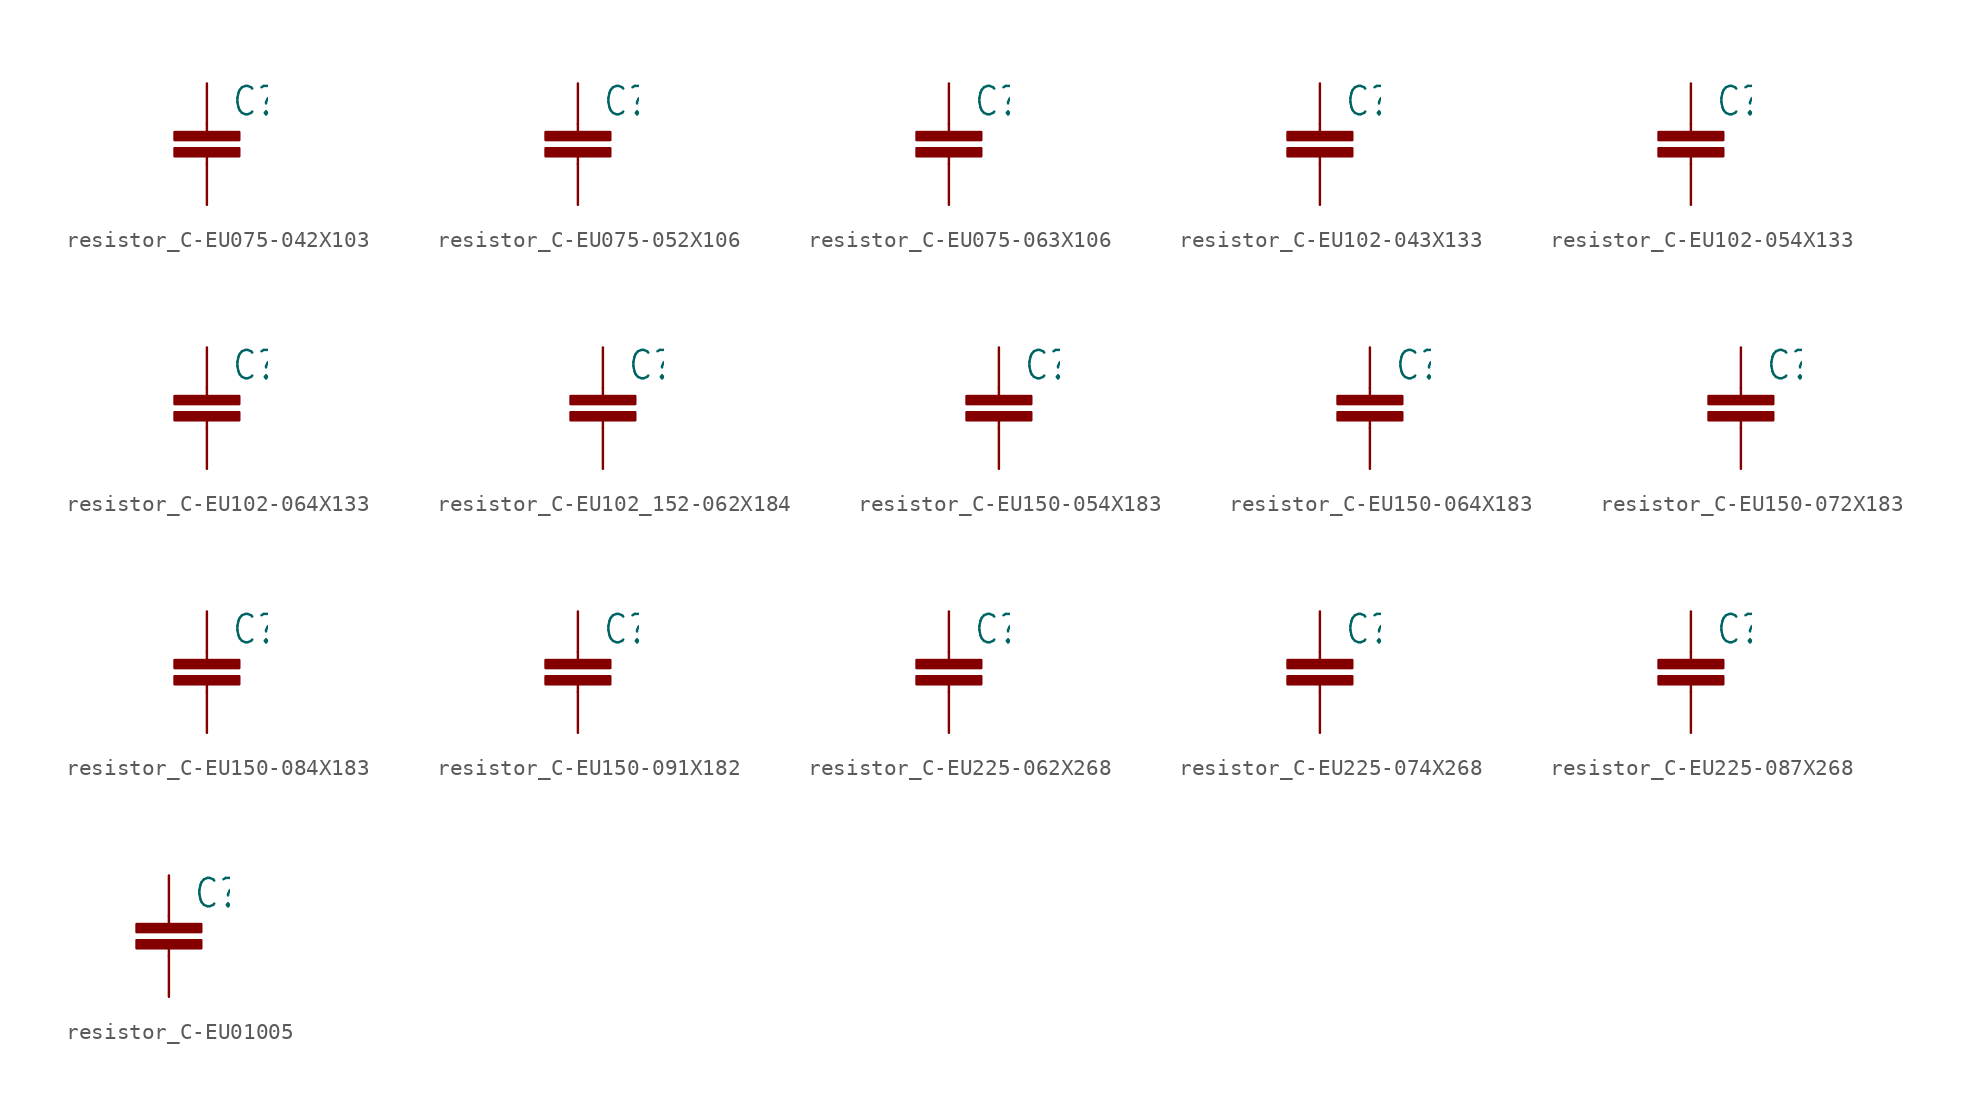
<source format=kicad_sym>
(kicad_symbol_lib
  (version 20231120)
  (generator "kicad_symbol_editor")
  (generator_version "8.0")
  (symbol "resistor_C-EU075-042X103"
    (property "Reference" "C"
      (at 1.524 0.381 0)
      (effects (font (size 1.778 1.511)) (justify left bottom)))
    (property "Value" ""
      (at 1.524 -4.699 0)
      (effects (font (size 1.778 1.511)) (justify left bottom)))
    (property "ki_locked" ""
      (at 0 0 0)
      (effects (font (size 1.27 1.27))))
    (symbol "resistor_C-EU075-042X103_1_0"
      (rectangle (start -2.032 -2.032) (end 2.032 -1.524) (stroke (width 0) (type default)) (fill (type outline)))
      (rectangle (start -2.032 -1.016) (end 2.032 -0.508) (stroke (width 0) (type default)) (fill (type outline)))
      (polyline (pts (xy 0 -2.54) (xy 0 -2.032)) (stroke (width 0.152) (type solid)) (fill (type none)))
      (polyline (pts (xy 0 0) (xy 0 -0.508)) (stroke (width 0.152) (type solid)) (fill (type none)))
      (pin passive line (at 0 2.54 270) (length 2.54) (name "1" (effects (font (size 0 0)))) (number "1" (effects (font (size 0 0)))))
      (pin passive line (at 0 -5.08 90) (length 2.54) (name "2" (effects (font (size 0 0)))) (number "2" (effects (font (size 0 0)))))))
  (symbol "resistor_C-EU075-052X106"
    (property "Reference" "C"
      (at 1.524 0.381 0)
      (effects (font (size 1.778 1.511)) (justify left bottom)))
    (property "Value" ""
      (at 1.524 -4.699 0)
      (effects (font (size 1.778 1.511)) (justify left bottom)))
    (property "ki_locked" ""
      (at 0 0 0)
      (effects (font (size 1.27 1.27))))
    (symbol "resistor_C-EU075-052X106_1_0"
      (rectangle (start -2.032 -2.032) (end 2.032 -1.524) (stroke (width 0) (type default)) (fill (type outline)))
      (rectangle (start -2.032 -1.016) (end 2.032 -0.508) (stroke (width 0) (type default)) (fill (type outline)))
      (polyline (pts (xy 0 -2.54) (xy 0 -2.032)) (stroke (width 0.152) (type solid)) (fill (type none)))
      (polyline (pts (xy 0 0) (xy 0 -0.508)) (stroke (width 0.152) (type solid)) (fill (type none)))
      (pin passive line (at 0 2.54 270) (length 2.54) (name "1" (effects (font (size 0 0)))) (number "1" (effects (font (size 0 0)))))
      (pin passive line (at 0 -5.08 90) (length 2.54) (name "2" (effects (font (size 0 0)))) (number "2" (effects (font (size 0 0)))))))
  (symbol "resistor_C-EU075-063X106"
    (property "Reference" "C"
      (at 1.524 0.381 0)
      (effects (font (size 1.778 1.511)) (justify left bottom)))
    (property "Value" ""
      (at 1.524 -4.699 0)
      (effects (font (size 1.778 1.511)) (justify left bottom)))
    (property "ki_locked" ""
      (at 0 0 0)
      (effects (font (size 1.27 1.27))))
    (symbol "resistor_C-EU075-063X106_1_0"
      (rectangle (start -2.032 -2.032) (end 2.032 -1.524) (stroke (width 0) (type default)) (fill (type outline)))
      (rectangle (start -2.032 -1.016) (end 2.032 -0.508) (stroke (width 0) (type default)) (fill (type outline)))
      (polyline (pts (xy 0 -2.54) (xy 0 -2.032)) (stroke (width 0.152) (type solid)) (fill (type none)))
      (polyline (pts (xy 0 0) (xy 0 -0.508)) (stroke (width 0.152) (type solid)) (fill (type none)))
      (pin passive line (at 0 2.54 270) (length 2.54) (name "1" (effects (font (size 0 0)))) (number "1" (effects (font (size 0 0)))))
      (pin passive line (at 0 -5.08 90) (length 2.54) (name "2" (effects (font (size 0 0)))) (number "2" (effects (font (size 0 0)))))))
  (symbol "resistor_C-EU102-043X133"
    (property "Reference" "C"
      (at 1.524 0.381 0)
      (effects (font (size 1.778 1.511)) (justify left bottom)))
    (property "Value" ""
      (at 1.524 -4.699 0)
      (effects (font (size 1.778 1.511)) (justify left bottom)))
    (property "ki_locked" ""
      (at 0 0 0)
      (effects (font (size 1.27 1.27))))
    (symbol "resistor_C-EU102-043X133_1_0"
      (rectangle (start -2.032 -2.032) (end 2.032 -1.524) (stroke (width 0) (type default)) (fill (type outline)))
      (rectangle (start -2.032 -1.016) (end 2.032 -0.508) (stroke (width 0) (type default)) (fill (type outline)))
      (polyline (pts (xy 0 -2.54) (xy 0 -2.032)) (stroke (width 0.152) (type solid)) (fill (type none)))
      (polyline (pts (xy 0 0) (xy 0 -0.508)) (stroke (width 0.152) (type solid)) (fill (type none)))
      (pin passive line (at 0 2.54 270) (length 2.54) (name "1" (effects (font (size 0 0)))) (number "1" (effects (font (size 0 0)))))
      (pin passive line (at 0 -5.08 90) (length 2.54) (name "2" (effects (font (size 0 0)))) (number "2" (effects (font (size 0 0)))))))
  (symbol "resistor_C-EU102-054X133"
    (property "Reference" "C"
      (at 1.524 0.381 0)
      (effects (font (size 1.778 1.511)) (justify left bottom)))
    (property "Value" ""
      (at 1.524 -4.699 0)
      (effects (font (size 1.778 1.511)) (justify left bottom)))
    (property "ki_locked" ""
      (at 0 0 0)
      (effects (font (size 1.27 1.27))))
    (symbol "resistor_C-EU102-054X133_1_0"
      (rectangle (start -2.032 -2.032) (end 2.032 -1.524) (stroke (width 0) (type default)) (fill (type outline)))
      (rectangle (start -2.032 -1.016) (end 2.032 -0.508) (stroke (width 0) (type default)) (fill (type outline)))
      (polyline (pts (xy 0 -2.54) (xy 0 -2.032)) (stroke (width 0.152) (type solid)) (fill (type none)))
      (polyline (pts (xy 0 0) (xy 0 -0.508)) (stroke (width 0.152) (type solid)) (fill (type none)))
      (pin passive line (at 0 2.54 270) (length 2.54) (name "1" (effects (font (size 0 0)))) (number "1" (effects (font (size 0 0)))))
      (pin passive line (at 0 -5.08 90) (length 2.54) (name "2" (effects (font (size 0 0)))) (number "2" (effects (font (size 0 0)))))))
  (symbol "resistor_C-EU102-064X133"
    (property "Reference" "C"
      (at 1.524 0.381 0)
      (effects (font (size 1.778 1.511)) (justify left bottom)))
    (property "Value" ""
      (at 1.524 -4.699 0)
      (effects (font (size 1.778 1.511)) (justify left bottom)))
    (property "ki_locked" ""
      (at 0 0 0)
      (effects (font (size 1.27 1.27))))
    (symbol "resistor_C-EU102-064X133_1_0"
      (rectangle (start -2.032 -2.032) (end 2.032 -1.524) (stroke (width 0) (type default)) (fill (type outline)))
      (rectangle (start -2.032 -1.016) (end 2.032 -0.508) (stroke (width 0) (type default)) (fill (type outline)))
      (polyline (pts (xy 0 -2.54) (xy 0 -2.032)) (stroke (width 0.152) (type solid)) (fill (type none)))
      (polyline (pts (xy 0 0) (xy 0 -0.508)) (stroke (width 0.152) (type solid)) (fill (type none)))
      (pin passive line (at 0 2.54 270) (length 2.54) (name "1" (effects (font (size 0 0)))) (number "1" (effects (font (size 0 0)))))
      (pin passive line (at 0 -5.08 90) (length 2.54) (name "2" (effects (font (size 0 0)))) (number "2" (effects (font (size 0 0)))))))
  (symbol "resistor_C-EU102_152-062X184"
    (property "Reference" "C"
      (at 1.524 0.381 0)
      (effects (font (size 1.778 1.511)) (justify left bottom)))
    (property "Value" ""
      (at 1.524 -4.699 0)
      (effects (font (size 1.778 1.511)) (justify left bottom)))
    (property "ki_locked" ""
      (at 0 0 0)
      (effects (font (size 1.27 1.27))))
    (symbol "resistor_C-EU102_152-062X184_1_0"
      (rectangle (start -2.032 -2.032) (end 2.032 -1.524) (stroke (width 0) (type default)) (fill (type outline)))
      (rectangle (start -2.032 -1.016) (end 2.032 -0.508) (stroke (width 0) (type default)) (fill (type outline)))
      (polyline (pts (xy 0 -2.54) (xy 0 -2.032)) (stroke (width 0.152) (type solid)) (fill (type none)))
      (polyline (pts (xy 0 0) (xy 0 -0.508)) (stroke (width 0.152) (type solid)) (fill (type none)))
      (pin passive line (at 0 2.54 270) (length 2.54) (name "1" (effects (font (size 0 0)))) (number "1" (effects (font (size 0 0)))))
      (pin passive line (at 0 -5.08 90) (length 2.54) (name "2" (effects (font (size 0 0)))) (number "2" (effects (font (size 0 0)))))))
  (symbol "resistor_C-EU150-054X183"
    (property "Reference" "C"
      (at 1.524 0.381 0)
      (effects (font (size 1.778 1.511)) (justify left bottom)))
    (property "Value" ""
      (at 1.524 -4.699 0)
      (effects (font (size 1.778 1.511)) (justify left bottom)))
    (property "ki_locked" ""
      (at 0 0 0)
      (effects (font (size 1.27 1.27))))
    (symbol "resistor_C-EU150-054X183_1_0"
      (rectangle (start -2.032 -2.032) (end 2.032 -1.524) (stroke (width 0) (type default)) (fill (type outline)))
      (rectangle (start -2.032 -1.016) (end 2.032 -0.508) (stroke (width 0) (type default)) (fill (type outline)))
      (polyline (pts (xy 0 -2.54) (xy 0 -2.032)) (stroke (width 0.152) (type solid)) (fill (type none)))
      (polyline (pts (xy 0 0) (xy 0 -0.508)) (stroke (width 0.152) (type solid)) (fill (type none)))
      (pin passive line (at 0 2.54 270) (length 2.54) (name "1" (effects (font (size 0 0)))) (number "1" (effects (font (size 0 0)))))
      (pin passive line (at 0 -5.08 90) (length 2.54) (name "2" (effects (font (size 0 0)))) (number "2" (effects (font (size 0 0)))))))
  (symbol "resistor_C-EU150-064X183"
    (property "Reference" "C"
      (at 1.524 0.381 0)
      (effects (font (size 1.778 1.511)) (justify left bottom)))
    (property "Value" ""
      (at 1.524 -4.699 0)
      (effects (font (size 1.778 1.511)) (justify left bottom)))
    (property "ki_locked" ""
      (at 0 0 0)
      (effects (font (size 1.27 1.27))))
    (symbol "resistor_C-EU150-064X183_1_0"
      (rectangle (start -2.032 -2.032) (end 2.032 -1.524) (stroke (width 0) (type default)) (fill (type outline)))
      (rectangle (start -2.032 -1.016) (end 2.032 -0.508) (stroke (width 0) (type default)) (fill (type outline)))
      (polyline (pts (xy 0 -2.54) (xy 0 -2.032)) (stroke (width 0.152) (type solid)) (fill (type none)))
      (polyline (pts (xy 0 0) (xy 0 -0.508)) (stroke (width 0.152) (type solid)) (fill (type none)))
      (pin passive line (at 0 2.54 270) (length 2.54) (name "1" (effects (font (size 0 0)))) (number "1" (effects (font (size 0 0)))))
      (pin passive line (at 0 -5.08 90) (length 2.54) (name "2" (effects (font (size 0 0)))) (number "2" (effects (font (size 0 0)))))))
  (symbol "resistor_C-EU150-072X183"
    (property "Reference" "C"
      (at 1.524 0.381 0)
      (effects (font (size 1.778 1.511)) (justify left bottom)))
    (property "Value" ""
      (at 1.524 -4.699 0)
      (effects (font (size 1.778 1.511)) (justify left bottom)))
    (property "ki_locked" ""
      (at 0 0 0)
      (effects (font (size 1.27 1.27))))
    (symbol "resistor_C-EU150-072X183_1_0"
      (rectangle (start -2.032 -2.032) (end 2.032 -1.524) (stroke (width 0) (type default)) (fill (type outline)))
      (rectangle (start -2.032 -1.016) (end 2.032 -0.508) (stroke (width 0) (type default)) (fill (type outline)))
      (polyline (pts (xy 0 -2.54) (xy 0 -2.032)) (stroke (width 0.152) (type solid)) (fill (type none)))
      (polyline (pts (xy 0 0) (xy 0 -0.508)) (stroke (width 0.152) (type solid)) (fill (type none)))
      (pin passive line (at 0 2.54 270) (length 2.54) (name "1" (effects (font (size 0 0)))) (number "1" (effects (font (size 0 0)))))
      (pin passive line (at 0 -5.08 90) (length 2.54) (name "2" (effects (font (size 0 0)))) (number "2" (effects (font (size 0 0)))))))
  (symbol "resistor_C-EU150-084X183"
    (property "Reference" "C"
      (at 1.524 0.381 0)
      (effects (font (size 1.778 1.511)) (justify left bottom)))
    (property "Value" ""
      (at 1.524 -4.699 0)
      (effects (font (size 1.778 1.511)) (justify left bottom)))
    (property "ki_locked" ""
      (at 0 0 0)
      (effects (font (size 1.27 1.27))))
    (symbol "resistor_C-EU150-084X183_1_0"
      (rectangle (start -2.032 -2.032) (end 2.032 -1.524) (stroke (width 0) (type default)) (fill (type outline)))
      (rectangle (start -2.032 -1.016) (end 2.032 -0.508) (stroke (width 0) (type default)) (fill (type outline)))
      (polyline (pts (xy 0 -2.54) (xy 0 -2.032)) (stroke (width 0.152) (type solid)) (fill (type none)))
      (polyline (pts (xy 0 0) (xy 0 -0.508)) (stroke (width 0.152) (type solid)) (fill (type none)))
      (pin passive line (at 0 2.54 270) (length 2.54) (name "1" (effects (font (size 0 0)))) (number "1" (effects (font (size 0 0)))))
      (pin passive line (at 0 -5.08 90) (length 2.54) (name "2" (effects (font (size 0 0)))) (number "2" (effects (font (size 0 0)))))))
  (symbol "resistor_C-EU150-091X182"
    (property "Reference" "C"
      (at 1.524 0.381 0)
      (effects (font (size 1.778 1.511)) (justify left bottom)))
    (property "Value" ""
      (at 1.524 -4.699 0)
      (effects (font (size 1.778 1.511)) (justify left bottom)))
    (property "ki_locked" ""
      (at 0 0 0)
      (effects (font (size 1.27 1.27))))
    (symbol "resistor_C-EU150-091X182_1_0"
      (rectangle (start -2.032 -2.032) (end 2.032 -1.524) (stroke (width 0) (type default)) (fill (type outline)))
      (rectangle (start -2.032 -1.016) (end 2.032 -0.508) (stroke (width 0) (type default)) (fill (type outline)))
      (polyline (pts (xy 0 -2.54) (xy 0 -2.032)) (stroke (width 0.152) (type solid)) (fill (type none)))
      (polyline (pts (xy 0 0) (xy 0 -0.508)) (stroke (width 0.152) (type solid)) (fill (type none)))
      (pin passive line (at 0 2.54 270) (length 2.54) (name "1" (effects (font (size 0 0)))) (number "1" (effects (font (size 0 0)))))
      (pin passive line (at 0 -5.08 90) (length 2.54) (name "2" (effects (font (size 0 0)))) (number "2" (effects (font (size 0 0)))))))
  (symbol "resistor_C-EU225-062X268"
    (property "Reference" "C"
      (at 1.524 0.381 0)
      (effects (font (size 1.778 1.511)) (justify left bottom)))
    (property "Value" ""
      (at 1.524 -4.699 0)
      (effects (font (size 1.778 1.511)) (justify left bottom)))
    (property "ki_locked" ""
      (at 0 0 0)
      (effects (font (size 1.27 1.27))))
    (symbol "resistor_C-EU225-062X268_1_0"
      (rectangle (start -2.032 -2.032) (end 2.032 -1.524) (stroke (width 0) (type default)) (fill (type outline)))
      (rectangle (start -2.032 -1.016) (end 2.032 -0.508) (stroke (width 0) (type default)) (fill (type outline)))
      (polyline (pts (xy 0 -2.54) (xy 0 -2.032)) (stroke (width 0.152) (type solid)) (fill (type none)))
      (polyline (pts (xy 0 0) (xy 0 -0.508)) (stroke (width 0.152) (type solid)) (fill (type none)))
      (pin passive line (at 0 2.54 270) (length 2.54) (name "1" (effects (font (size 0 0)))) (number "1" (effects (font (size 0 0)))))
      (pin passive line (at 0 -5.08 90) (length 2.54) (name "2" (effects (font (size 0 0)))) (number "2" (effects (font (size 0 0)))))))
  (symbol "resistor_C-EU225-074X268"
    (property "Reference" "C"
      (at 1.524 0.381 0)
      (effects (font (size 1.778 1.511)) (justify left bottom)))
    (property "Value" ""
      (at 1.524 -4.699 0)
      (effects (font (size 1.778 1.511)) (justify left bottom)))
    (property "ki_locked" ""
      (at 0 0 0)
      (effects (font (size 1.27 1.27))))
    (symbol "resistor_C-EU225-074X268_1_0"
      (rectangle (start -2.032 -2.032) (end 2.032 -1.524) (stroke (width 0) (type default)) (fill (type outline)))
      (rectangle (start -2.032 -1.016) (end 2.032 -0.508) (stroke (width 0) (type default)) (fill (type outline)))
      (polyline (pts (xy 0 -2.54) (xy 0 -2.032)) (stroke (width 0.152) (type solid)) (fill (type none)))
      (polyline (pts (xy 0 0) (xy 0 -0.508)) (stroke (width 0.152) (type solid)) (fill (type none)))
      (pin passive line (at 0 2.54 270) (length 2.54) (name "1" (effects (font (size 0 0)))) (number "1" (effects (font (size 0 0)))))
      (pin passive line (at 0 -5.08 90) (length 2.54) (name "2" (effects (font (size 0 0)))) (number "2" (effects (font (size 0 0)))))))
  (symbol "resistor_C-EU225-087X268"
    (property "Reference" "C"
      (at 1.524 0.381 0)
      (effects (font (size 1.778 1.511)) (justify left bottom)))
    (property "Value" ""
      (at 1.524 -4.699 0)
      (effects (font (size 1.778 1.511)) (justify left bottom)))
    (property "ki_locked" ""
      (at 0 0 0)
      (effects (font (size 1.27 1.27))))
    (symbol "resistor_C-EU225-087X268_1_0"
      (rectangle (start -2.032 -2.032) (end 2.032 -1.524) (stroke (width 0) (type default)) (fill (type outline)))
      (rectangle (start -2.032 -1.016) (end 2.032 -0.508) (stroke (width 0) (type default)) (fill (type outline)))
      (polyline (pts (xy 0 -2.54) (xy 0 -2.032)) (stroke (width 0.152) (type solid)) (fill (type none)))
      (polyline (pts (xy 0 0) (xy 0 -0.508)) (stroke (width 0.152) (type solid)) (fill (type none)))
      (pin passive line (at 0 2.54 270) (length 2.54) (name "1" (effects (font (size 0 0)))) (number "1" (effects (font (size 0 0)))))
      (pin passive line (at 0 -5.08 90) (length 2.54) (name "2" (effects (font (size 0 0)))) (number "2" (effects (font (size 0 0)))))))
  (symbol "resistor_C-EU01005"
    (property "Reference" "C"
      (at 1.524 0.381 0)
      (effects (font (size 1.778 1.511)) (justify left bottom)))
    (property "Value" ""
      (at 1.524 -4.699 0)
      (effects (font (size 1.778 1.511)) (justify left bottom)))
    (property "ki_locked" ""
      (at 0 0 0)
      (effects (font (size 1.27 1.27))))
    (symbol "resistor_C-EU01005_1_0"
      (rectangle (start -2.032 -2.032) (end 2.032 -1.524) (stroke (width 0) (type default)) (fill (type outline)))
      (rectangle (start -2.032 -1.016) (end 2.032 -0.508) (stroke (width 0) (type default)) (fill (type outline)))
      (polyline (pts (xy 0 -2.54) (xy 0 -2.032)) (stroke (width 0.152) (type solid)) (fill (type none)))
      (polyline (pts (xy 0 0) (xy 0 -0.508)) (stroke (width 0.152) (type solid)) (fill (type none)))
      (pin passive line (at 0 2.54 270) (length 2.54) (name "1" (effects (font (size 0 0)))) (number "1" (effects (font (size 0 0)))))
      (pin passive line (at 0 -5.08 90) (length 2.54) (name "2" (effects (font (size 0 0)))) (number "2" (effects (font (size 0 0))))))))
</source>
